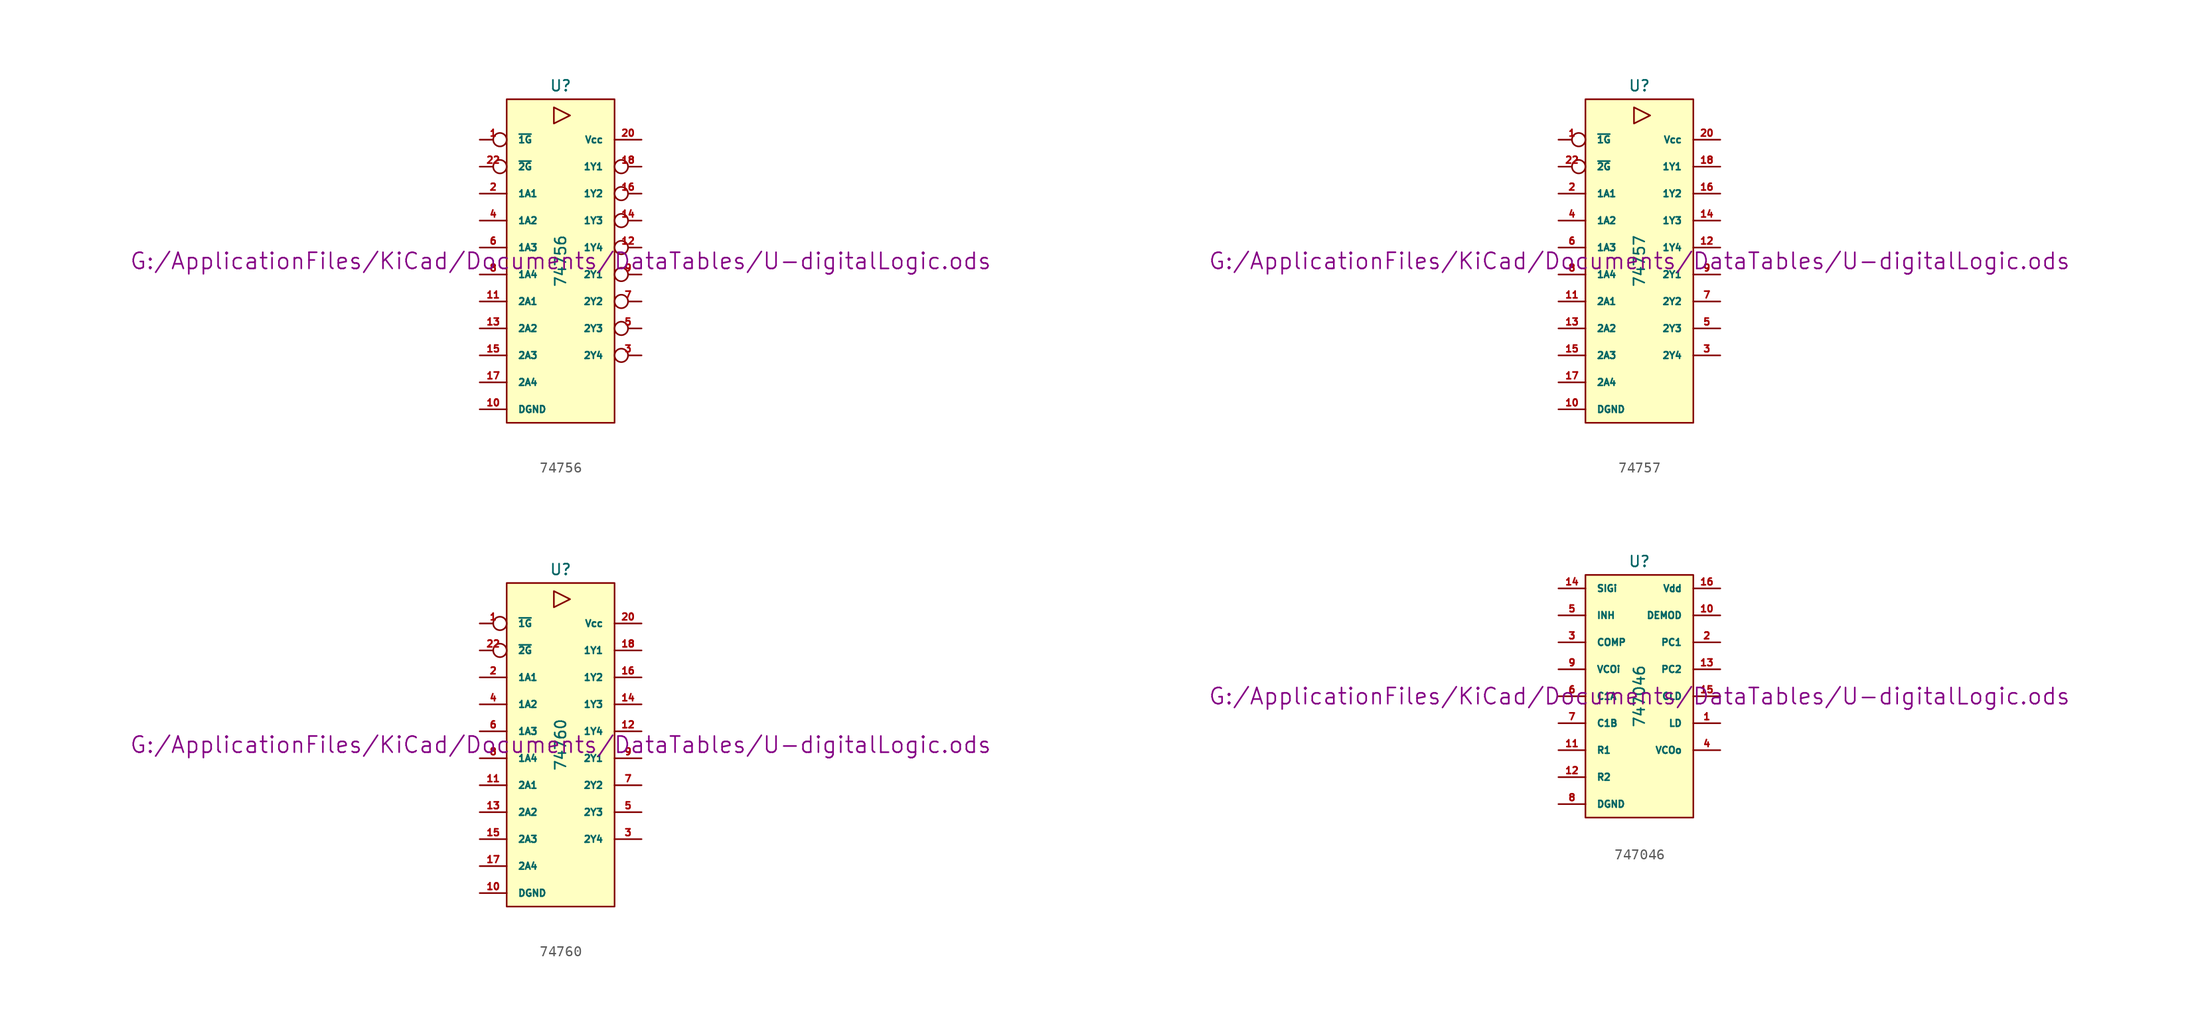
<source format=kicad_sym>
(kicad_symbol_lib
  (version 20211014)
  (generator kicad_symbol_editor)
  (symbol "74756"
    (pin_names
      (offset 1.016))
    (property "Reference" "U"
      (at 0 16.51 0)
      (effects (font (size 1.016 1.016))))
    (property "Value" "74756"
      (at 0 0 90)
      (effects (font (size 1.016 1.016))))
    (property "Footprint" ""
      (at 0 0 0)
      (effects (font (size 1.524 1.524))))
    (property "Datasheet" "G:/ApplicationFiles/KiCad/Documents/DataTables/U-digitalLogic.ods"
      (at 0 0 0)
      (effects (font (size 1.524 1.524))))
    (symbol "74756_0_0"
      (polyline (pts (xy -0.635 14.478) (xy -0.635 12.954) (xy 0.889 13.716) (xy -0.635 14.478)) (stroke (width 0) (type default) (color 0 0 0 0)) (fill (type none))))
    (symbol "74756_0_1"
      (rectangle (start -5.08 15.24) (end 5.08 -15.24) (stroke (width 0) (type default) (color 0 0 0 0)) (fill (type background))))
    (symbol "74756_1_1"
      (pin input inverted (at -7.62 11.43 0) (length 2.54) (name "~{1G}" (effects (font (size 0.635 0.635)))) (number "1" (effects (font (size 0.635 0.635)))))
      (pin power_in line (at -7.62 -13.97 0) (length 2.54) (name "DGND" (effects (font (size 0.635 0.635)))) (number "10" (effects (font (size 0.635 0.635)))))
      (pin input line (at -7.62 -3.81 0) (length 2.54) (name "2A1" (effects (font (size 0.635 0.635)))) (number "11" (effects (font (size 0.635 0.635)))))
      (pin open_collector inverted (at 7.62 1.27 180) (length 2.54) (name "1Y4" (effects (font (size 0.635 0.635)))) (number "12" (effects (font (size 0.635 0.635)))))
      (pin input line (at -7.62 -6.35 0) (length 2.54) (name "2A2" (effects (font (size 0.635 0.635)))) (number "13" (effects (font (size 0.635 0.635)))))
      (pin open_collector inverted (at 7.62 3.81 180) (length 2.54) (name "1Y3" (effects (font (size 0.635 0.635)))) (number "14" (effects (font (size 0.635 0.635)))))
      (pin input line (at -7.62 -8.89 0) (length 2.54) (name "2A3" (effects (font (size 0.635 0.635)))) (number "15" (effects (font (size 0.635 0.635)))))
      (pin open_collector inverted (at 7.62 6.35 180) (length 2.54) (name "1Y2" (effects (font (size 0.635 0.635)))) (number "16" (effects (font (size 0.635 0.635)))))
      (pin input line (at -7.62 -11.43 0) (length 2.54) (name "2A4" (effects (font (size 0.635 0.635)))) (number "17" (effects (font (size 0.635 0.635)))))
      (pin open_collector inverted (at 7.62 8.89 180) (length 2.54) (name "1Y1" (effects (font (size 0.635 0.635)))) (number "18" (effects (font (size 0.635 0.635)))))
      (pin input line (at -7.62 6.35 0) (length 2.54) (name "1A1" (effects (font (size 0.635 0.635)))) (number "2" (effects (font (size 0.635 0.635)))))
      (pin power_in line (at 7.62 11.43 180) (length 2.54) (name "Vcc" (effects (font (size 0.635 0.635)))) (number "20" (effects (font (size 0.635 0.635)))))
      (pin input inverted (at -7.62 8.89 0) (length 2.54) (name "~{2G}" (effects (font (size 0.635 0.635)))) (number "22" (effects (font (size 0.635 0.635)))))
      (pin open_collector inverted (at 7.62 -8.89 180) (length 2.54) (name "2Y4" (effects (font (size 0.635 0.635)))) (number "3" (effects (font (size 0.635 0.635)))))
      (pin input line (at -7.62 3.81 0) (length 2.54) (name "1A2" (effects (font (size 0.635 0.635)))) (number "4" (effects (font (size 0.635 0.635)))))
      (pin open_collector inverted (at 7.62 -6.35 180) (length 2.54) (name "2Y3" (effects (font (size 0.635 0.635)))) (number "5" (effects (font (size 0.635 0.635)))))
      (pin input line (at -7.62 1.27 0) (length 2.54) (name "1A3" (effects (font (size 0.635 0.635)))) (number "6" (effects (font (size 0.635 0.635)))))
      (pin open_collector inverted (at 7.62 -3.81 180) (length 2.54) (name "2Y2" (effects (font (size 0.635 0.635)))) (number "7" (effects (font (size 0.635 0.635)))))
      (pin input line (at -7.62 -1.27 0) (length 2.54) (name "1A4" (effects (font (size 0.635 0.635)))) (number "8" (effects (font (size 0.635 0.635)))))
      (pin open_collector inverted (at 7.62 -1.27 180) (length 2.54) (name "2Y1" (effects (font (size 0.635 0.635)))) (number "9" (effects (font (size 0.635 0.635)))))))
  (symbol "74757"
    (pin_names
      (offset 1.016))
    (property "Reference" "U"
      (at 0 16.51 0)
      (effects (font (size 1.016 1.016))))
    (property "Value" "74757"
      (at 0 0 90)
      (effects (font (size 1.016 1.016))))
    (property "Footprint" ""
      (at 0 0 0)
      (effects (font (size 1.524 1.524))))
    (property "Datasheet" "G:/ApplicationFiles/KiCad/Documents/DataTables/U-digitalLogic.ods"
      (at 0 0 0)
      (effects (font (size 1.524 1.524))))
    (symbol "74757_0_0"
      (polyline (pts (xy -0.508 14.478) (xy -0.508 12.954) (xy 1.016 13.716) (xy -0.508 14.478)) (stroke (width 0) (type default) (color 0 0 0 0)) (fill (type none))))
    (symbol "74757_0_1"
      (rectangle (start -5.08 15.24) (end 5.08 -15.24) (stroke (width 0) (type default) (color 0 0 0 0)) (fill (type background))))
    (symbol "74757_1_1"
      (pin input inverted (at -7.62 11.43 0) (length 2.54) (name "~{1G}" (effects (font (size 0.635 0.635)))) (number "1" (effects (font (size 0.635 0.635)))))
      (pin power_in line (at -7.62 -13.97 0) (length 2.54) (name "DGND" (effects (font (size 0.635 0.635)))) (number "10" (effects (font (size 0.635 0.635)))))
      (pin input line (at -7.62 -3.81 0) (length 2.54) (name "2A1" (effects (font (size 0.635 0.635)))) (number "11" (effects (font (size 0.635 0.635)))))
      (pin open_collector line (at 7.62 1.27 180) (length 2.54) (name "1Y4" (effects (font (size 0.635 0.635)))) (number "12" (effects (font (size 0.635 0.635)))))
      (pin input line (at -7.62 -6.35 0) (length 2.54) (name "2A2" (effects (font (size 0.635 0.635)))) (number "13" (effects (font (size 0.635 0.635)))))
      (pin open_collector line (at 7.62 3.81 180) (length 2.54) (name "1Y3" (effects (font (size 0.635 0.635)))) (number "14" (effects (font (size 0.635 0.635)))))
      (pin input line (at -7.62 -8.89 0) (length 2.54) (name "2A3" (effects (font (size 0.635 0.635)))) (number "15" (effects (font (size 0.635 0.635)))))
      (pin open_collector line (at 7.62 6.35 180) (length 2.54) (name "1Y2" (effects (font (size 0.635 0.635)))) (number "16" (effects (font (size 0.635 0.635)))))
      (pin input line (at -7.62 -11.43 0) (length 2.54) (name "2A4" (effects (font (size 0.635 0.635)))) (number "17" (effects (font (size 0.635 0.635)))))
      (pin open_collector line (at 7.62 8.89 180) (length 2.54) (name "1Y1" (effects (font (size 0.635 0.635)))) (number "18" (effects (font (size 0.635 0.635)))))
      (pin input line (at -7.62 6.35 0) (length 2.54) (name "1A1" (effects (font (size 0.635 0.635)))) (number "2" (effects (font (size 0.635 0.635)))))
      (pin power_in line (at 7.62 11.43 180) (length 2.54) (name "Vcc" (effects (font (size 0.635 0.635)))) (number "20" (effects (font (size 0.635 0.635)))))
      (pin input inverted (at -7.62 8.89 0) (length 2.54) (name "~{2G}" (effects (font (size 0.635 0.635)))) (number "22" (effects (font (size 0.635 0.635)))))
      (pin open_collector line (at 7.62 -8.89 180) (length 2.54) (name "2Y4" (effects (font (size 0.635 0.635)))) (number "3" (effects (font (size 0.635 0.635)))))
      (pin input line (at -7.62 3.81 0) (length 2.54) (name "1A2" (effects (font (size 0.635 0.635)))) (number "4" (effects (font (size 0.635 0.635)))))
      (pin open_collector line (at 7.62 -6.35 180) (length 2.54) (name "2Y3" (effects (font (size 0.635 0.635)))) (number "5" (effects (font (size 0.635 0.635)))))
      (pin input line (at -7.62 1.27 0) (length 2.54) (name "1A3" (effects (font (size 0.635 0.635)))) (number "6" (effects (font (size 0.635 0.635)))))
      (pin open_collector line (at 7.62 -3.81 180) (length 2.54) (name "2Y2" (effects (font (size 0.635 0.635)))) (number "7" (effects (font (size 0.635 0.635)))))
      (pin input line (at -7.62 -1.27 0) (length 2.54) (name "1A4" (effects (font (size 0.635 0.635)))) (number "8" (effects (font (size 0.635 0.635)))))
      (pin open_collector line (at 7.62 -1.27 180) (length 2.54) (name "2Y1" (effects (font (size 0.635 0.635)))) (number "9" (effects (font (size 0.635 0.635)))))))
  (symbol "74760"
    (pin_names
      (offset 1.016))
    (property "Reference" "U"
      (at 0 16.51 0)
      (effects (font (size 1.016 1.016))))
    (property "Value" "74760"
      (at 0 0 90)
      (effects (font (size 1.016 1.016))))
    (property "Footprint" ""
      (at 0 0 0)
      (effects (font (size 1.524 1.524))))
    (property "Datasheet" "G:/ApplicationFiles/KiCad/Documents/DataTables/U-digitalLogic.ods"
      (at 0 0 0)
      (effects (font (size 1.524 1.524))))
    (symbol "74760_0_0"
      (polyline (pts (xy -0.635 14.478) (xy -0.635 12.954) (xy 0.889 13.716) (xy -0.635 14.478)) (stroke (width 0) (type default) (color 0 0 0 0)) (fill (type none))))
    (symbol "74760_0_1"
      (rectangle (start -5.08 15.24) (end 5.08 -15.24) (stroke (width 0) (type default) (color 0 0 0 0)) (fill (type background))))
    (symbol "74760_1_1"
      (pin input inverted (at -7.62 11.43 0) (length 2.54) (name "~{1G}" (effects (font (size 0.635 0.635)))) (number "1" (effects (font (size 0.635 0.635)))))
      (pin power_in line (at -7.62 -13.97 0) (length 2.54) (name "DGND" (effects (font (size 0.635 0.635)))) (number "10" (effects (font (size 0.635 0.635)))))
      (pin input line (at -7.62 -3.81 0) (length 2.54) (name "2A1" (effects (font (size 0.635 0.635)))) (number "11" (effects (font (size 0.635 0.635)))))
      (pin open_collector line (at 7.62 1.27 180) (length 2.54) (name "1Y4" (effects (font (size 0.635 0.635)))) (number "12" (effects (font (size 0.635 0.635)))))
      (pin input line (at -7.62 -6.35 0) (length 2.54) (name "2A2" (effects (font (size 0.635 0.635)))) (number "13" (effects (font (size 0.635 0.635)))))
      (pin open_collector line (at 7.62 3.81 180) (length 2.54) (name "1Y3" (effects (font (size 0.635 0.635)))) (number "14" (effects (font (size 0.635 0.635)))))
      (pin input line (at -7.62 -8.89 0) (length 2.54) (name "2A3" (effects (font (size 0.635 0.635)))) (number "15" (effects (font (size 0.635 0.635)))))
      (pin open_collector line (at 7.62 6.35 180) (length 2.54) (name "1Y2" (effects (font (size 0.635 0.635)))) (number "16" (effects (font (size 0.635 0.635)))))
      (pin input line (at -7.62 -11.43 0) (length 2.54) (name "2A4" (effects (font (size 0.635 0.635)))) (number "17" (effects (font (size 0.635 0.635)))))
      (pin open_collector line (at 7.62 8.89 180) (length 2.54) (name "1Y1" (effects (font (size 0.635 0.635)))) (number "18" (effects (font (size 0.635 0.635)))))
      (pin input line (at -7.62 6.35 0) (length 2.54) (name "1A1" (effects (font (size 0.635 0.635)))) (number "2" (effects (font (size 0.635 0.635)))))
      (pin power_in line (at 7.62 11.43 180) (length 2.54) (name "Vcc" (effects (font (size 0.635 0.635)))) (number "20" (effects (font (size 0.635 0.635)))))
      (pin input inverted (at -7.62 8.89 0) (length 2.54) (name "~{2G}" (effects (font (size 0.635 0.635)))) (number "22" (effects (font (size 0.635 0.635)))))
      (pin open_collector line (at 7.62 -8.89 180) (length 2.54) (name "2Y4" (effects (font (size 0.635 0.635)))) (number "3" (effects (font (size 0.635 0.635)))))
      (pin input line (at -7.62 3.81 0) (length 2.54) (name "1A2" (effects (font (size 0.635 0.635)))) (number "4" (effects (font (size 0.635 0.635)))))
      (pin open_collector line (at 7.62 -6.35 180) (length 2.54) (name "2Y3" (effects (font (size 0.635 0.635)))) (number "5" (effects (font (size 0.635 0.635)))))
      (pin input line (at -7.62 1.27 0) (length 2.54) (name "1A3" (effects (font (size 0.635 0.635)))) (number "6" (effects (font (size 0.635 0.635)))))
      (pin open_collector line (at 7.62 -3.81 180) (length 2.54) (name "2Y2" (effects (font (size 0.635 0.635)))) (number "7" (effects (font (size 0.635 0.635)))))
      (pin input line (at -7.62 -1.27 0) (length 2.54) (name "1A4" (effects (font (size 0.635 0.635)))) (number "8" (effects (font (size 0.635 0.635)))))
      (pin open_collector line (at 7.62 -1.27 180) (length 2.54) (name "2Y1" (effects (font (size 0.635 0.635)))) (number "9" (effects (font (size 0.635 0.635)))))))
  (symbol "747046"
    (pin_names
      (offset 1.016))
    (property "Reference" "U"
      (at 0 12.7 0)
      (effects (font (size 1.016 1.016))))
    (property "Value" "747046"
      (at 0 0 90)
      (effects (font (size 1.016 1.016))))
    (property "Footprint" ""
      (at 0 0 0)
      (effects (font (size 1.524 1.524))))
    (property "Datasheet" "G:/ApplicationFiles/KiCad/Documents/DataTables/U-digitalLogic.ods"
      (at 0 0 0)
      (effects (font (size 1.524 1.524))))
    (symbol "747046_0_1"
      (rectangle (start -5.08 11.43) (end 5.08 -11.43) (stroke (width 0) (type default) (color 0 0 0 0)) (fill (type background))))
    (symbol "747046_1_1"
      (pin output line (at 7.62 -2.54 180) (length 2.54) (name "LD" (effects (font (size 0.635 0.635)))) (number "1" (effects (font (size 0.635 0.635)))))
      (pin output line (at 7.62 7.62 180) (length 2.54) (name "DEMOD" (effects (font (size 0.635 0.635)))) (number "10" (effects (font (size 0.635 0.635)))))
      (pin input line (at -7.62 -5.08 0) (length 2.54) (name "R1" (effects (font (size 0.635 0.635)))) (number "11" (effects (font (size 0.635 0.635)))))
      (pin input line (at -7.62 -7.62 0) (length 2.54) (name "R2" (effects (font (size 0.635 0.635)))) (number "12" (effects (font (size 0.635 0.635)))))
      (pin output line (at 7.62 2.54 180) (length 2.54) (name "PC2" (effects (font (size 0.635 0.635)))) (number "13" (effects (font (size 0.635 0.635)))))
      (pin input line (at -7.62 10.16 0) (length 2.54) (name "SIGi" (effects (font (size 0.635 0.635)))) (number "14" (effects (font (size 0.635 0.635)))))
      (pin output line (at 7.62 0 180) (length 2.54) (name "CLD" (effects (font (size 0.635 0.635)))) (number "15" (effects (font (size 0.635 0.635)))))
      (pin power_in line (at 7.62 10.16 180) (length 2.54) (name "Vdd" (effects (font (size 0.635 0.635)))) (number "16" (effects (font (size 0.635 0.635)))))
      (pin output line (at 7.62 5.08 180) (length 2.54) (name "PC1" (effects (font (size 0.635 0.635)))) (number "2" (effects (font (size 0.635 0.635)))))
      (pin input line (at -7.62 5.08 0) (length 2.54) (name "COMP" (effects (font (size 0.635 0.635)))) (number "3" (effects (font (size 0.635 0.635)))))
      (pin output line (at 7.62 -5.08 180) (length 2.54) (name "VCOo" (effects (font (size 0.635 0.635)))) (number "4" (effects (font (size 0.635 0.635)))))
      (pin input line (at -7.62 7.62 0) (length 2.54) (name "INH" (effects (font (size 0.635 0.635)))) (number "5" (effects (font (size 0.635 0.635)))))
      (pin input line (at -7.62 0 0) (length 2.54) (name "C1A" (effects (font (size 0.635 0.635)))) (number "6" (effects (font (size 0.635 0.635)))))
      (pin input line (at -7.62 -2.54 0) (length 2.54) (name "C1B" (effects (font (size 0.635 0.635)))) (number "7" (effects (font (size 0.635 0.635)))))
      (pin power_in line (at -7.62 -10.16 0) (length 2.54) (name "DGND" (effects (font (size 0.635 0.635)))) (number "8" (effects (font (size 0.635 0.635)))))
      (pin input line (at -7.62 2.54 0) (length 2.54) (name "VCOi" (effects (font (size 0.635 0.635)))) (number "9" (effects (font (size 0.635 0.635))))))))
</source>
